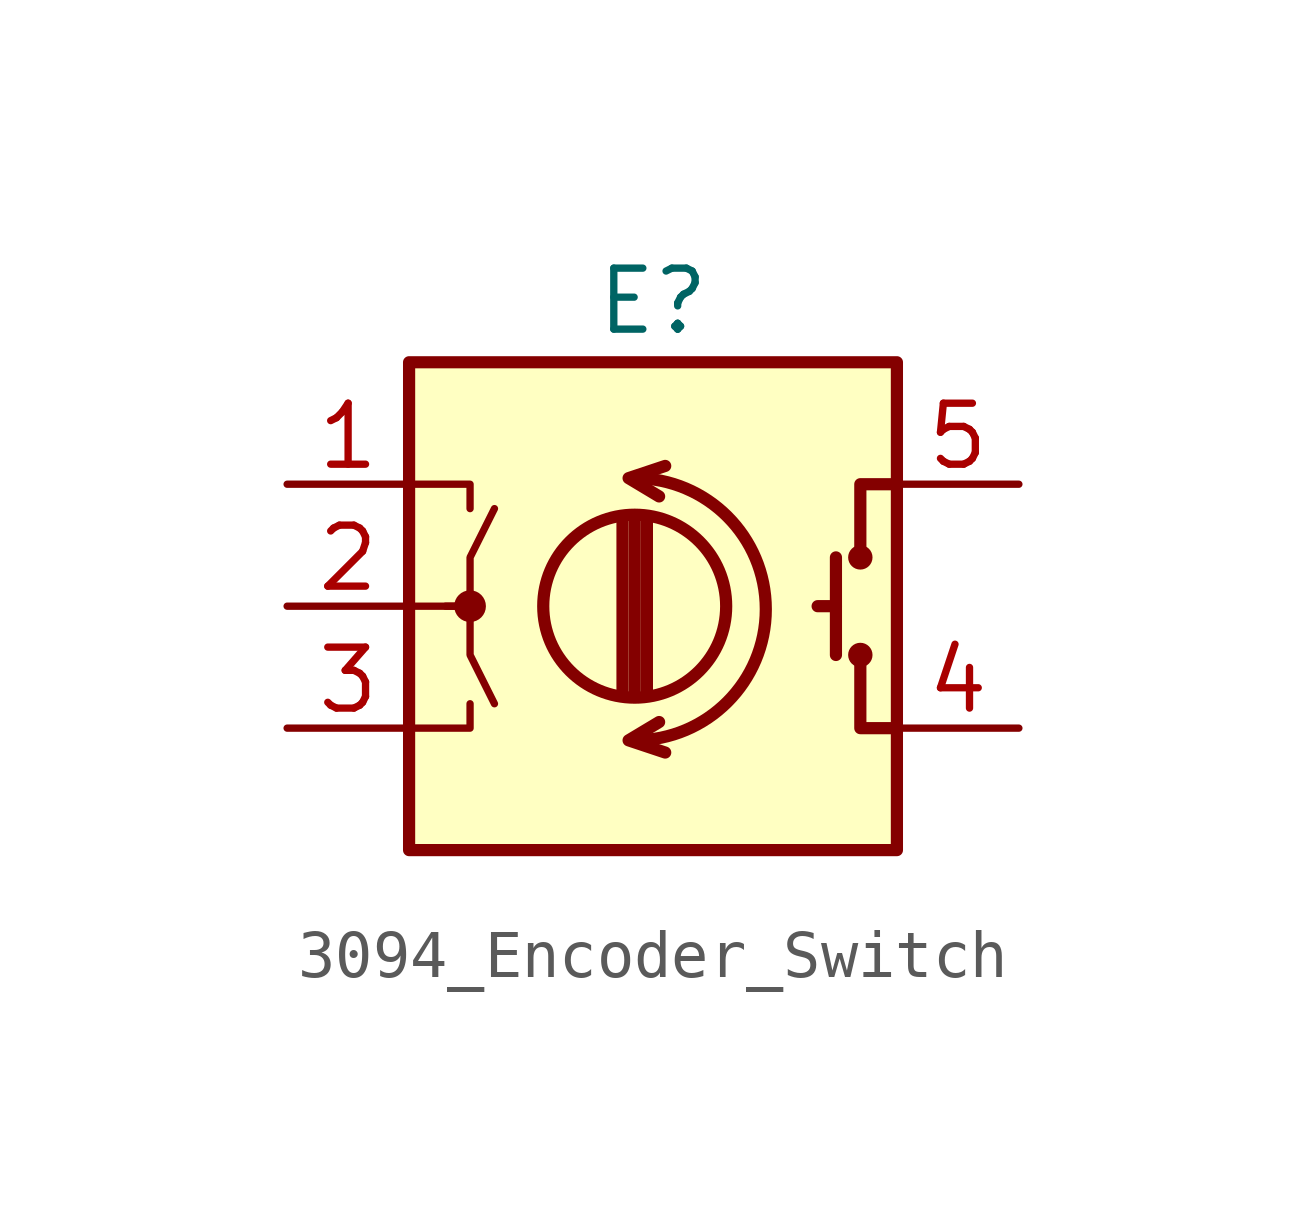
<source format=kicad_sym>
(kicad_symbol_lib
  (version 20211014)
  (generator kicad_symbol_editor)
  (symbol "3094_Encoder_Switch"
    (pin_names
      (offset 1.016))
    (property "Reference" "E"
      (at 0 6.35 0)
      (effects (font (size 1.27 1.27))))
    (symbol "3094_Encoder_Switch_1_1"
      (rectangle (start -5.08 5.08) (end 5.08 -5.08) (stroke (width 0.254) (type default) (color 0 0 0 0)) (fill (type background)))
      (circle (center -3.81 0) (radius 0.254) (stroke (width 0) (type default) (color 0 0 0 0)) (fill (type outline)))
      (arc (start -0.381 -2.794) (mid 2.3622 -0.0508) (end -0.381 2.667) (stroke (width 0.254) (type default) (color 0 0 0 0)) (fill (type none)))
      (circle (center -0.381 0) (radius 1.905) (stroke (width 0.254) (type default) (color 0 0 0 0)) (fill (type none)))
      (polyline (pts (xy -0.635 -1.778) (xy -0.635 1.778)) (stroke (width 0.254) (type default) (color 0 0 0 0)) (fill (type none)))
      (polyline (pts (xy -0.381 -1.778) (xy -0.381 1.778)) (stroke (width 0.254) (type default) (color 0 0 0 0)) (fill (type none)))
      (polyline (pts (xy -0.127 1.778) (xy -0.127 -1.778)) (stroke (width 0.254) (type default) (color 0 0 0 0)) (fill (type none)))
      (polyline (pts (xy 3.81 0) (xy 3.429 0)) (stroke (width 0.254) (type default) (color 0 0 0 0)) (fill (type none)))
      (polyline (pts (xy 3.81 1.016) (xy 3.81 -1.016)) (stroke (width 0.254) (type default) (color 0 0 0 0)) (fill (type none)))
      (polyline (pts (xy -5.08 -2.54) (xy -3.81 -2.54) (xy -3.81 -2.032)) (stroke (width 0) (type default) (color 0 0 0 0)) (fill (type none)))
      (polyline (pts (xy -5.08 2.54) (xy -3.81 2.54) (xy -3.81 2.032)) (stroke (width 0) (type default) (color 0 0 0 0)) (fill (type none)))
      (polyline (pts (xy 0.254 -3.048) (xy -0.508 -2.794) (xy 0.127 -2.413)) (stroke (width 0.254) (type default) (color 0 0 0 0)) (fill (type none)))
      (polyline (pts (xy 0.254 2.921) (xy -0.508 2.667) (xy 0.127 2.286)) (stroke (width 0.254) (type default) (color 0 0 0 0)) (fill (type none)))
      (polyline (pts (xy 5.08 -2.54) (xy 4.318 -2.54) (xy 4.318 -1.016)) (stroke (width 0.254) (type default) (color 0 0 0 0)) (fill (type none)))
      (polyline (pts (xy 5.08 2.54) (xy 4.318 2.54) (xy 4.318 1.016)) (stroke (width 0.254) (type default) (color 0 0 0 0)) (fill (type none)))
      (polyline (pts (xy -5.08 0) (xy -3.81 0) (xy -3.81 -1.016) (xy -3.302 -2.032)) (stroke (width 0) (type default) (color 0 0 0 0)) (fill (type none)))
      (polyline (pts (xy -4.318 0) (xy -3.81 0) (xy -3.81 1.016) (xy -3.302 2.032)) (stroke (width 0) (type default) (color 0 0 0 0)) (fill (type none)))
      (circle (center 4.318 -1.016) (radius 0.127) (stroke (width 0.254) (type default) (color 0 0 0 0)) (fill (type none)))
      (circle (center 4.318 1.016) (radius 0.127) (stroke (width 0.254) (type default) (color 0 0 0 0)) (fill (type none)))
      (pin passive line (at -7.62 2.54 0) (length 2.54) (name "~" (effects (font (size 1.27 1.27)))) (number "1" (effects (font (size 1.27 1.27)))))
      (pin passive line (at -7.62 0 0) (length 2.54) (name "~" (effects (font (size 1.27 1.27)))) (number "2" (effects (font (size 1.27 1.27)))))
      (pin passive line (at -7.62 -2.54 0) (length 2.54) (name "~" (effects (font (size 1.27 1.27)))) (number "3" (effects (font (size 1.27 1.27)))))
      (pin passive line (at 7.62 -2.54 180) (length 2.54) (name "~" (effects (font (size 1.27 1.27)))) (number "4" (effects (font (size 1.27 1.27)))))
      (pin passive line (at 7.62 2.54 180) (length 2.54) (name "~" (effects (font (size 1.27 1.27)))) (number "5" (effects (font (size 1.27 1.27))))))))
</source>
